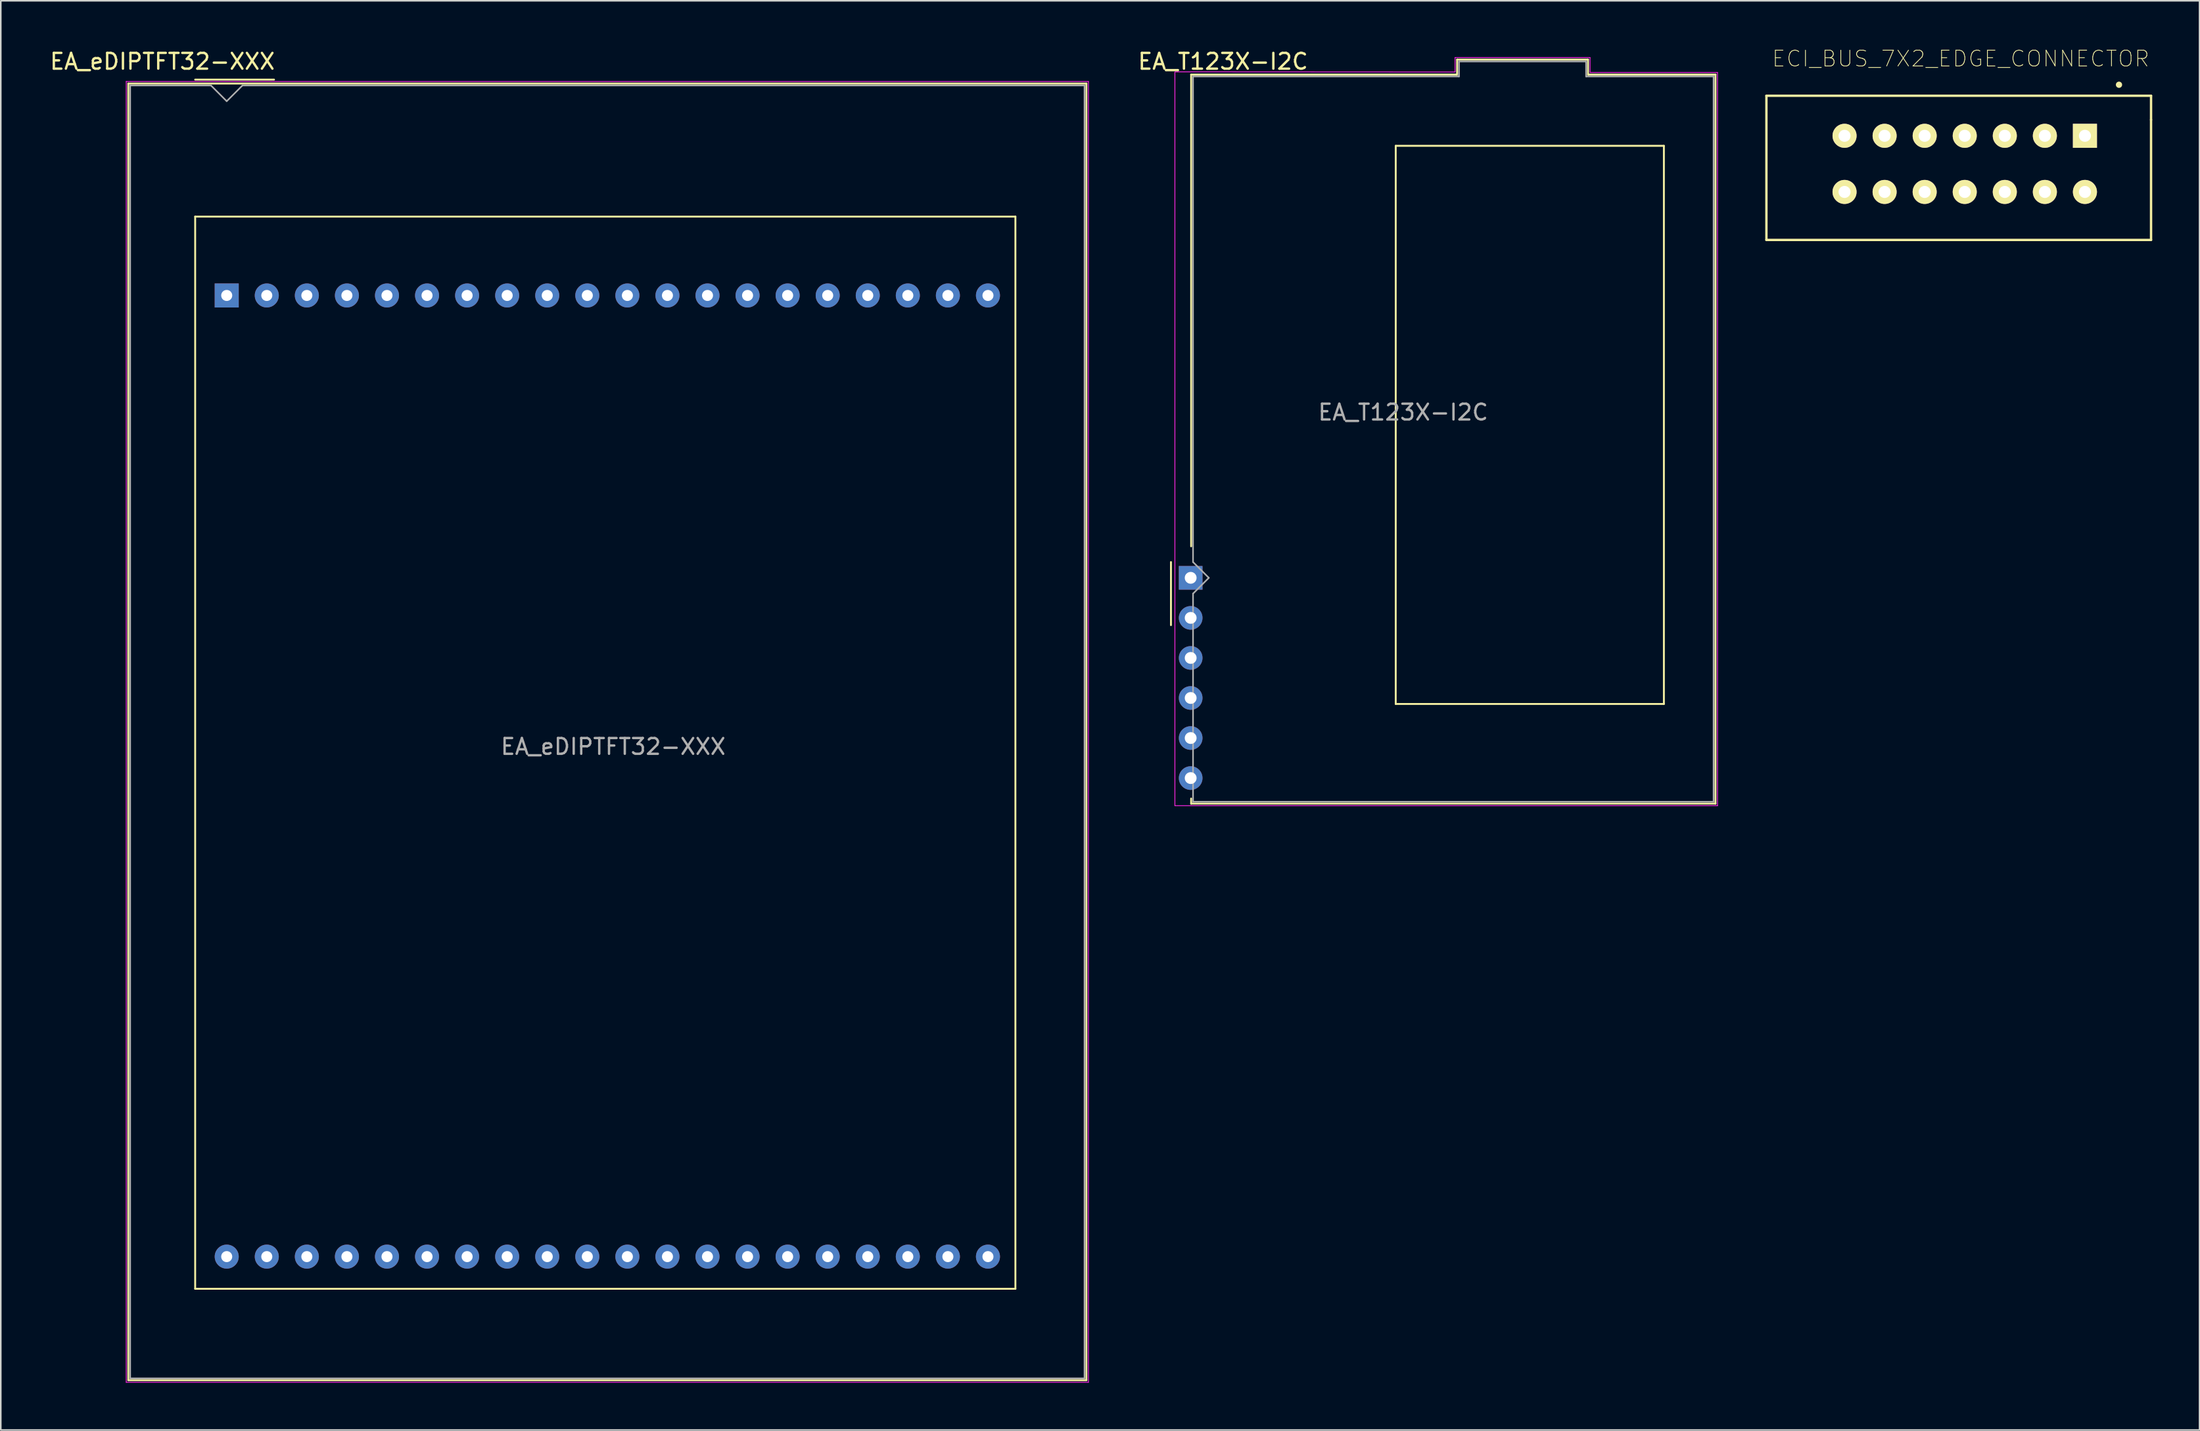
<source format=kicad_pcb>
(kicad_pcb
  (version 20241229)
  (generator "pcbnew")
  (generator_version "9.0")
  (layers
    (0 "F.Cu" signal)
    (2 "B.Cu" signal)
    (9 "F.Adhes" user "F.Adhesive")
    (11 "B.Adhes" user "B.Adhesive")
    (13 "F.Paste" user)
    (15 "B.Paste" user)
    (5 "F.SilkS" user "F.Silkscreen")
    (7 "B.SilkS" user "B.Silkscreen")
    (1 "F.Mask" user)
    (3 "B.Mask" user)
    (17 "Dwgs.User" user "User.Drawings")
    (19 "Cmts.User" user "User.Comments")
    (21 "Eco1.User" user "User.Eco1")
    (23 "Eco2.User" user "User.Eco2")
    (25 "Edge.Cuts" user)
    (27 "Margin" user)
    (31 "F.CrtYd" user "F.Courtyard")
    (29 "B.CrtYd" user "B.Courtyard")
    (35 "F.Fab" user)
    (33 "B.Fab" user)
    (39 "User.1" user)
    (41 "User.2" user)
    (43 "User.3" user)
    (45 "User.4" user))
  (footprint "EA_T123X-I2C"
    (layer "F.Cu")
    (at 72.434 33.598)
    (property "Reference" "EA_T123X-I2C" (at 2.05 -32.75 0) (layer "F.SilkS") (effects (font (size 1 1) (thickness 0.15))))
    (attr through_hole)
    (fp_line (start -1.25 -1) (end -1.25 3) (stroke (width 0.12) (type solid)) (layer "F.SilkS"))
    (fp_line (start 0.03 -31.92) (end 0.03 -2) (stroke (width 0.12) (type solid)) (layer "F.SilkS"))
    (fp_line (start 0.03 -31.92) (end 16.89 -31.92) (stroke (width 0.12) (type solid)) (layer "F.SilkS"))
    (fp_line (start 0.03 14.32) (end 0.03 14) (stroke (width 0.12) (type solid)) (layer "F.SilkS"))
    (fp_line (start 13 -27.4) (end 30 -27.4) (stroke (width 0.12) (type solid)) (layer "F.SilkS"))
    (fp_line (start 13 8) (end 13 -27.4) (stroke (width 0.12) (type solid)) (layer "F.SilkS"))
    (fp_line (start 13 8) (end 30 8) (stroke (width 0.12) (type solid)) (layer "F.SilkS"))
    (fp_line (start 16.89 -32.87) (end 16.89 -31.94) (stroke (width 0.12) (type solid)) (layer "F.SilkS"))
    (fp_line (start 25.19 -32.87) (end 16.89 -32.87) (stroke (width 0.12) (type solid)) (layer "F.SilkS"))
    (fp_line (start 25.19 -31.93) (end 25.19 -32.87) (stroke (width 0.12) (type solid)) (layer "F.SilkS"))
    (fp_line (start 25.19 -31.92) (end 33.27 -31.92) (stroke (width 0.12) (type solid)) (layer "F.SilkS"))
    (fp_line (start 30 -27.4) (end 30 8) (stroke (width 0.12) (type solid)) (layer "F.SilkS"))
    (fp_line (start 33.27 -31.92) (end 33.27 14.32) (stroke (width 0.12) (type solid)) (layer "F.SilkS"))
    (fp_line (start 33.27 14.32) (end 0.03 14.32) (stroke (width 0.12) (type solid)) (layer "F.SilkS"))
    (fp_line (start -1 14.45) (end -1 -32.05) (stroke (width 0.05) (type solid)) (layer "F.CrtYd"))
    (fp_line (start 16.76 -33) (end 16.76 -32.08) (stroke (width 0.05) (type solid)) (layer "F.CrtYd"))
    (fp_line (start 16.76 -32.08) (end -1 -32.09) (stroke (width 0.05) (type solid)) (layer "F.CrtYd"))
    (fp_line (start 25.31 -33) (end 16.76 -33) (stroke (width 0.05) (type solid)) (layer "F.CrtYd"))
    (fp_line (start 25.32 -32.06) (end 25.32 -33) (stroke (width 0.05) (type solid)) (layer "F.CrtYd"))
    (fp_line (start 25.32 -32.05) (end 33.4 -32.05) (stroke (width 0.05) (type solid)) (layer "F.CrtYd"))
    (fp_line (start 33.4 -32.05) (end 33.4 14.45) (stroke (width 0.05) (type solid)) (layer "F.CrtYd"))
    (fp_line (start 33.4 14.45) (end -1 14.45) (stroke (width 0.05) (type solid)) (layer "F.CrtYd"))
    (fp_line (start 0.15 -31.8) (end 17.01 -31.8) (stroke (width 0.1) (type solid)) (layer "F.Fab"))
    (fp_line (start 0.15 -1) (end 0.15 -31.8) (stroke (width 0.1) (type solid)) (layer "F.Fab"))
    (fp_line (start 0.15 -1) (end 1.15 0) (stroke (width 0.1) (type solid)) (layer "F.Fab"))
    (fp_line (start 0.15 1) (end 0.15 14.2) (stroke (width 0.1) (type solid)) (layer "F.Fab"))
    (fp_line (start 0.15 14.2) (end 33.15 14.2) (stroke (width 0.1) (type solid)) (layer "F.Fab"))
    (fp_line (start 1.15 0) (end 0.15 1) (stroke (width 0.1) (type solid)) (layer "F.Fab"))
    (fp_line (start 17.01 -32.75) (end 17.01 -31.8) (stroke (width 0.1) (type solid)) (layer "F.Fab"))
    (fp_line (start 25.07 -32.75) (end 17.01 -32.75) (stroke (width 0.1) (type solid)) (layer "F.Fab"))
    (fp_line (start 25.07 -31.8) (end 25.07 -32.75) (stroke (width 0.1) (type solid)) (layer "F.Fab"))
    (fp_line (start 25.07 -31.8) (end 33.15 -31.8) (stroke (width 0.1) (type solid)) (layer "F.Fab"))
    (fp_line (start 33.15 -31.8) (end 33.15 14.2) (stroke (width 0.1) (type solid)) (layer "F.Fab"))
    (fp_text user "${REFERENCE}" (at 13.47 -10.5 0) (layer "F.Fab") (effects (font (size 1 1) (thickness 0.15))))
    (pad "1" thru_hole rect (at 0 0) (size 1.5 1.5) (drill 0.75) (layers "*.Cu" "*.Mask"))
    (pad "2" thru_hole circle (at 0 2.54) (size 1.5 1.5) (drill 0.75) (layers "*.Cu" "*.Mask"))
    (pad "3" thru_hole circle (at 0 5.08) (size 1.5 1.5) (drill 0.75) (layers "*.Cu" "*.Mask"))
    (pad "4" thru_hole circle (at 0 7.62) (size 1.5 1.5) (drill 0.75) (layers "*.Cu" "*.Mask"))
    (pad "5" thru_hole circle (at 0 10.16) (size 1.5 1.5) (drill 0.75) (layers "*.Cu" "*.Mask"))
    (pad "6" thru_hole circle (at 0 12.7) (size 1.5 1.5) (drill 0.75) (layers "*.Cu" "*.Mask")))
  (footprint "EA_eDIPTFT32-XXX"
    (layer "F.Cu")
    (at 11.323 15.689)
    (property "Reference" "EA_eDIPTFT32-XXX" (at -4.079 -14.841 0) (layer "F.SilkS") (effects (font (size 1 1) (thickness 0.15))))
    (attr through_hole)
    (fp_line (start -6.24 -13.44) (end -6.24 68.8) (stroke (width 0.12) (type solid)) (layer "F.SilkS"))
    (fp_line (start -6.24 68.8) (end 54.5 68.8) (stroke (width 0.12) (type solid)) (layer "F.SilkS"))
    (fp_line (start -2 -5) (end -2 63) (stroke (width 0.12) (type solid)) (layer "F.SilkS"))
    (fp_line (start -2 63) (end 50 63) (stroke (width 0.12) (type solid)) (layer "F.SilkS"))
    (fp_line (start 3 -13.69) (end -2 -13.69) (stroke (width 0.12) (type solid)) (layer "F.SilkS"))
    (fp_line (start 50 -5) (end -2 -5) (stroke (width 0.12) (type solid)) (layer "F.SilkS"))
    (fp_line (start 50 63) (end 50 -5) (stroke (width 0.12) (type solid)) (layer "F.SilkS"))
    (fp_line (start 54.5 -13.44) (end -6.24 -13.44) (stroke (width 0.12) (type solid)) (layer "F.SilkS"))
    (fp_line (start 54.5 68.8) (end 54.5 -13.44) (stroke (width 0.12) (type solid)) (layer "F.SilkS"))
    (fp_line (start -6.37 -13.57) (end -6.37 68.93) (stroke (width 0.05) (type solid)) (layer "F.CrtYd"))
    (fp_line (start -6.37 68.93) (end 54.63 68.93) (stroke (width 0.05) (type solid)) (layer "F.CrtYd"))
    (fp_line (start 54.63 -13.57) (end -6.37 -13.57) (stroke (width 0.05) (type solid)) (layer "F.CrtYd"))
    (fp_line (start 54.63 68.93) (end 54.63 -13.57) (stroke (width 0.05) (type solid)) (layer "F.CrtYd"))
    (fp_line (start -6.12 -13.32) (end -6.12 68.68) (stroke (width 0.1) (type solid)) (layer "F.Fab"))
    (fp_line (start -6.12 68.68) (end 54.38 68.68) (stroke (width 0.1) (type solid)) (layer "F.Fab"))
    (fp_line (start -1 -13.32) (end -6.12 -13.32) (stroke (width 0.1) (type solid)) (layer "F.Fab"))
    (fp_line (start 0 -12.32) (end -1 -13.32) (stroke (width 0.1) (type solid)) (layer "F.Fab"))
    (fp_line (start 1 -13.32) (end 0 -12.32) (stroke (width 0.1) (type solid)) (layer "F.Fab"))
    (fp_line (start 54.38 -13.32) (end 1 -13.32) (stroke (width 0.1) (type solid)) (layer "F.Fab"))
    (fp_line (start 54.38 68.68) (end 54.38 -13.32) (stroke (width 0.1) (type solid)) (layer "F.Fab"))
    (fp_text user "${REFERENCE}" (at 24.498 28.613 0) (layer "F.Fab") (effects (font (size 1 1) (thickness 0.15))))
    (pad "1" thru_hole rect (at 0 0) (size 1.524 1.524) (drill 0.7) (layers "*.Cu" "*.Mask"))
    (pad "2" thru_hole circle (at 2.54 0 90) (size 1.524 1.524) (drill 0.7) (layers "*.Cu" "*.Mask"))
    (pad "3" thru_hole circle (at 5.08 0 90) (size 1.524 1.524) (drill 0.7) (layers "*.Cu" "*.Mask"))
    (pad "4" thru_hole circle (at 7.62 0 90) (size 1.524 1.524) (drill 0.7) (layers "*.Cu" "*.Mask"))
    (pad "5" thru_hole circle (at 10.16 0 90) (size 1.524 1.524) (drill 0.7) (layers "*.Cu" "*.Mask"))
    (pad "6" thru_hole circle (at 12.7 0 90) (size 1.524 1.524) (drill 0.7) (layers "*.Cu" "*.Mask"))
    (pad "7" thru_hole circle (at 15.24 0 90) (size 1.524 1.524) (drill 0.7) (layers "*.Cu" "*.Mask"))
    (pad "8" thru_hole circle (at 17.78 0 90) (size 1.524 1.524) (drill 0.7) (layers "*.Cu" "*.Mask"))
    (pad "9" thru_hole circle (at 20.32 0 90) (size 1.524 1.524) (drill 0.7) (layers "*.Cu" "*.Mask"))
    (pad "10" thru_hole circle (at 22.86 0 90) (size 1.524 1.524) (drill 0.7) (layers "*.Cu" "*.Mask"))
    (pad "11" thru_hole circle (at 25.4 0 90) (size 1.524 1.524) (drill 0.7) (layers "*.Cu" "*.Mask"))
    (pad "12" thru_hole circle (at 27.94 0 90) (size 1.524 1.524) (drill 0.7) (layers "*.Cu" "*.Mask"))
    (pad "13" thru_hole circle (at 30.48 0 90) (size 1.524 1.524) (drill 0.7) (layers "*.Cu" "*.Mask"))
    (pad "14" thru_hole circle (at 33.02 0 90) (size 1.524 1.524) (drill 0.7) (layers "*.Cu" "*.Mask"))
    (pad "15" thru_hole circle (at 35.56 0 90) (size 1.524 1.524) (drill 0.7) (layers "*.Cu" "*.Mask"))
    (pad "16" thru_hole circle (at 38.1 0 90) (size 1.524 1.524) (drill 0.7) (layers "*.Cu" "*.Mask"))
    (pad "17" thru_hole circle (at 40.64 0 90) (size 1.524 1.524) (drill 0.7) (layers "*.Cu" "*.Mask"))
    (pad "18" thru_hole circle (at 43.18 0 90) (size 1.524 1.524) (drill 0.7) (layers "*.Cu" "*.Mask"))
    (pad "19" thru_hole circle (at 45.72 0 90) (size 1.524 1.524) (drill 0.7) (layers "*.Cu" "*.Mask"))
    (pad "20" thru_hole circle (at 48.26 0 90) (size 1.524 1.524) (drill 0.7) (layers "*.Cu" "*.Mask"))
    (pad "21" thru_hole circle (at 48.26 60.96 90) (size 1.524 1.524) (drill 0.7) (layers "*.Cu" "*.Mask"))
    (pad "22" thru_hole circle (at 45.72 60.96 90) (size 1.524 1.524) (drill 0.7) (layers "*.Cu" "*.Mask"))
    (pad "23" thru_hole circle (at 43.18 60.96 90) (size 1.524 1.524) (drill 0.7) (layers "*.Cu" "*.Mask"))
    (pad "24" thru_hole circle (at 40.64 60.96 90) (size 1.524 1.524) (drill 0.7) (layers "*.Cu" "*.Mask"))
    (pad "25" thru_hole circle (at 38.1 60.96 90) (size 1.524 1.524) (drill 0.7) (layers "*.Cu" "*.Mask"))
    (pad "26" thru_hole circle (at 35.56 60.96 90) (size 1.524 1.524) (drill 0.7) (layers "*.Cu" "*.Mask"))
    (pad "27" thru_hole circle (at 33.02 60.96 90) (size 1.524 1.524) (drill 0.7) (layers "*.Cu" "*.Mask"))
    (pad "28" thru_hole circle (at 30.48 60.96 90) (size 1.524 1.524) (drill 0.7) (layers "*.Cu" "*.Mask"))
    (pad "29" thru_hole circle (at 27.94 60.96 90) (size 1.524 1.524) (drill 0.7) (layers "*.Cu" "*.Mask"))
    (pad "30" thru_hole circle (at 25.4 60.96 90) (size 1.524 1.524) (drill 0.7) (layers "*.Cu" "*.Mask"))
    (pad "31" thru_hole circle (at 22.86 60.96 90) (size 1.524 1.524) (drill 0.7) (layers "*.Cu" "*.Mask"))
    (pad "32" thru_hole circle (at 20.32 60.96 90) (size 1.524 1.524) (drill 0.7) (layers "*.Cu" "*.Mask"))
    (pad "33" thru_hole circle (at 17.78 60.96 90) (size 1.524 1.524) (drill 0.7) (layers "*.Cu" "*.Mask"))
    (pad "34" thru_hole circle (at 15.24 60.96 90) (size 1.524 1.524) (drill 0.7) (layers "*.Cu" "*.Mask"))
    (pad "35" thru_hole circle (at 12.7 60.96 90) (size 1.524 1.524) (drill 0.7) (layers "*.Cu" "*.Mask"))
    (pad "36" thru_hole circle (at 10.16 60.96 90) (size 1.524 1.524) (drill 0.7) (layers "*.Cu" "*.Mask"))
    (pad "37" thru_hole circle (at 7.62 60.96 90) (size 1.524 1.524) (drill 0.7) (layers "*.Cu" "*.Mask"))
    (pad "38" thru_hole circle (at 5.08 60.96 90) (size 1.524 1.524) (drill 0.7) (layers "*.Cu" "*.Mask"))
    (pad "39" thru_hole circle (at 2.54 60.96 90) (size 1.524 1.524) (drill 0.7) (layers "*.Cu" "*.Mask"))
    (pad "40" thru_hole circle (at 0 60.96 90) (size 1.524 1.524) (drill 0.7) (layers "*.Cu" "*.Mask")))
  (footprint "ECI_BUS_7X2_EDGE_CONNECTOR"
    (layer "F.Cu")
    (at 121.507 7.341)
    (property "Reference" "ECI_BUS_7X2_EDGE_CONNECTOR" (at -0.254 -6.668 0) (layer "F.SilkS") (effects (font (size 1.001 1.001) (thickness 0.05))))
    (attr through_hole)
    (fp_line (start -12.573 -4.318) (end -12.573 4.826) (stroke (width 0.15) (type solid)) (layer "F.SilkS"))
    (fp_line (start -12.573 4.826) (end 11.811 4.826) (stroke (width 0.15) (type solid)) (layer "F.SilkS"))
    (fp_line (start 11.811 -4.318) (end -12.573 -4.318) (stroke (width 0.15) (type solid)) (layer "F.SilkS"))
    (fp_line (start 11.811 -2.794) (end 11.811 -4.318) (stroke (width 0.15) (type solid)) (layer "F.SilkS"))
    (fp_line (start 11.811 -2.794) (end 11.811 4.826) (stroke (width 0.15) (type solid)) (layer "F.SilkS"))
    (fp_circle (center 9.779 -5.016) (end 9.879 -5.016) (stroke (width 0.2) (type solid)) (fill no) (layer "F.SilkS"))
    (pad "1" thru_hole rect (at 7.62 -1.778 180) (size 1.524 1.524) (drill 0.762) (layers "*.Cu" "*.Mask" "F.SilkS"))
    (pad "2" thru_hole circle (at 5.08 -1.778 180) (size 1.524 1.524) (drill 0.762) (layers "*.Cu" "*.Mask" "F.SilkS"))
    (pad "3" thru_hole circle (at 2.54 -1.778 180) (size 1.524 1.524) (drill 0.762) (layers "*.Cu" "*.Mask" "F.SilkS"))
    (pad "4" thru_hole circle (at 0 -1.778 180) (size 1.524 1.524) (drill 0.762) (layers "*.Cu" "*.Mask" "F.SilkS"))
    (pad "5" thru_hole circle (at -2.54 -1.778 180) (size 1.524 1.524) (drill 0.762) (layers "*.Cu" "*.Mask" "F.SilkS"))
    (pad "6" thru_hole circle (at -5.08 -1.778 180) (size 1.524 1.524) (drill 0.762) (layers "*.Cu" "*.Mask" "F.SilkS"))
    (pad "7" thru_hole circle (at -7.62 -1.778 180) (size 1.524 1.524) (drill 0.762) (layers "*.Cu" "*.Mask" "F.SilkS"))
    (pad "A" thru_hole circle (at 7.62 1.782 180) (size 1.524 1.524) (drill 0.762) (layers "*.Cu" "*.Mask" "F.SilkS"))
    (pad "B" thru_hole circle (at 5.08 1.782 180) (size 1.524 1.524) (drill 0.762) (layers "*.Cu" "*.Mask" "F.SilkS"))
    (pad "C" thru_hole circle (at 2.54 1.782 180) (size 1.524 1.524) (drill 0.762) (layers "*.Cu" "*.Mask" "F.SilkS"))
    (pad "D" thru_hole circle (at 0 1.782 180) (size 1.524 1.524) (drill 0.762) (layers "*.Cu" "*.Mask" "F.SilkS"))
    (pad "E" thru_hole circle (at -2.54 1.782 180) (size 1.524 1.524) (drill 0.762) (layers "*.Cu" "*.Mask" "F.SilkS"))
    (pad "F" thru_hole circle (at -5.08 1.782 180) (size 1.524 1.524) (drill 0.762) (layers "*.Cu" "*.Mask" "F.SilkS"))
    (pad "H" thru_hole circle (at -7.62 1.782 180) (size 1.524 1.524) (drill 0.762) (layers "*.Cu" "*.Mask" "F.SilkS")))
  (gr_rect
    (start -3 -3)
    (end 136.393 87.644)
    (stroke (width 0.1) (type default))
    (fill no)
    (layer "Edge.Cuts")))
</source>
